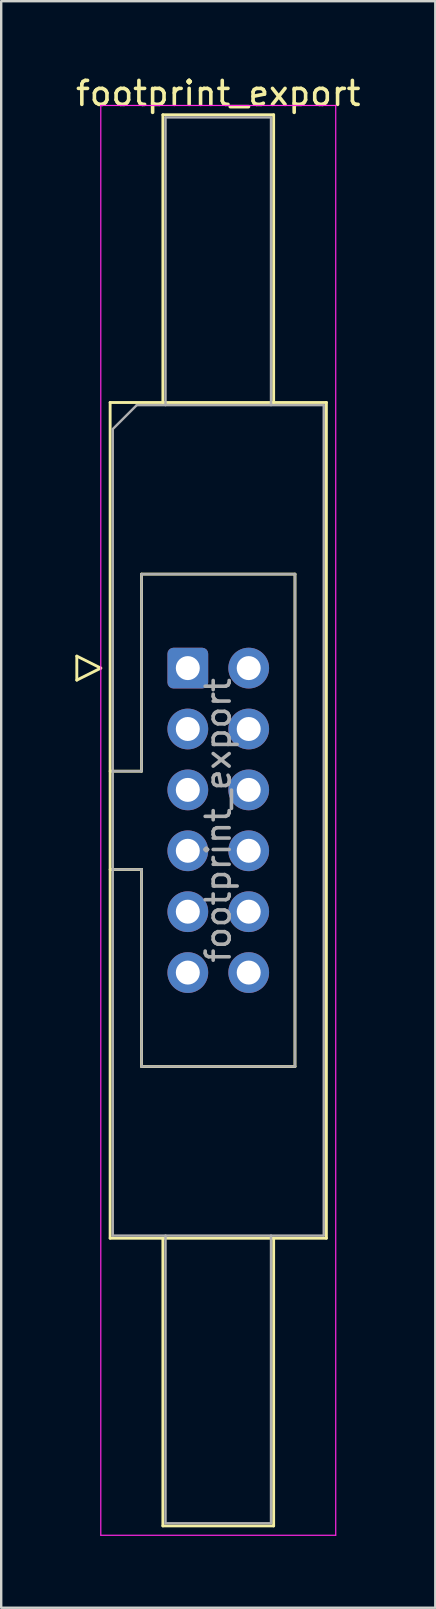
<source format=kicad_pcb>
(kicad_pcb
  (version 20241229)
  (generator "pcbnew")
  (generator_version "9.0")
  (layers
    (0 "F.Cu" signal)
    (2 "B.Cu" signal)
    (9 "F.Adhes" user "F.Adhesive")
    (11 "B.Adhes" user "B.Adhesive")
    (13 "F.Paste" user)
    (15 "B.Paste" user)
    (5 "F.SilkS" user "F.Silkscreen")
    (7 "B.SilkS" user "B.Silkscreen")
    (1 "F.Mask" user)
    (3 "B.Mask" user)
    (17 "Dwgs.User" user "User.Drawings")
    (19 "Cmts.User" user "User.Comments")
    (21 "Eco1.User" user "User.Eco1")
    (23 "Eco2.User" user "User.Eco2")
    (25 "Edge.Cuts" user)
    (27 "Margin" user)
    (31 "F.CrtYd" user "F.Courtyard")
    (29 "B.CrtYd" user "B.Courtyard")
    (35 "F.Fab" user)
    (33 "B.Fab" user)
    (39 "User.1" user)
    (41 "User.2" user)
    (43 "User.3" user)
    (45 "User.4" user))
  (footprint "footprint_export"
    (layer "F.Cu")
    (at 4.784 24.818)
    (property "Reference" "footprint_export" (at 1.27 -23.97 0) (layer "F.SilkS") (effects (font (size 1 1) (thickness 0.15))))
    (attr through_hole)
    (fp_line (start -4.63 -0.5) (end -4.63 0.5) (stroke (width 0.12) (type solid)) (layer "F.SilkS"))
    (fp_line (start -4.63 0.5) (end -3.63 0) (stroke (width 0.12) (type solid)) (layer "F.SilkS"))
    (fp_line (start -3.63 0) (end -4.63 -0.5) (stroke (width 0.12) (type solid)) (layer "F.SilkS"))
    (fp_line (start -3.24 -11.08) (end 5.78 -11.08) (stroke (width 0.12) (type solid)) (layer "F.SilkS"))
    (fp_line (start -3.24 4.3) (end -1.93 4.3) (stroke (width 0.12) (type solid)) (layer "F.SilkS"))
    (fp_line (start -3.24 23.78) (end -3.24 -11.08) (stroke (width 0.12) (type solid)) (layer "F.SilkS"))
    (fp_line (start -1.93 -3.92) (end 4.47 -3.92) (stroke (width 0.12) (type solid)) (layer "F.SilkS"))
    (fp_line (start -1.93 4.3) (end -1.93 -3.92) (stroke (width 0.12) (type solid)) (layer "F.SilkS"))
    (fp_line (start -1.93 8.4) (end -3.24 8.4) (stroke (width 0.12) (type solid)) (layer "F.SilkS"))
    (fp_line (start -1.93 8.4) (end -1.93 8.4) (stroke (width 0.12) (type solid)) (layer "F.SilkS"))
    (fp_line (start -1.93 16.62) (end -1.93 8.4) (stroke (width 0.12) (type solid)) (layer "F.SilkS"))
    (fp_line (start -1.04 -23.08) (end 3.58 -23.08) (stroke (width 0.12) (type solid)) (layer "F.SilkS"))
    (fp_line (start -1.04 -11.08) (end -1.04 -23.08) (stroke (width 0.12) (type solid)) (layer "F.SilkS"))
    (fp_line (start -1.04 23.78) (end -1.04 35.78) (stroke (width 0.12) (type solid)) (layer "F.SilkS"))
    (fp_line (start -1.04 35.78) (end 3.58 35.78) (stroke (width 0.12) (type solid)) (layer "F.SilkS"))
    (fp_line (start 3.58 -23.08) (end 3.58 -11.08) (stroke (width 0.12) (type solid)) (layer "F.SilkS"))
    (fp_line (start 3.58 35.78) (end 3.58 23.78) (stroke (width 0.12) (type solid)) (layer "F.SilkS"))
    (fp_line (start 4.47 -3.92) (end 4.47 16.62) (stroke (width 0.12) (type solid)) (layer "F.SilkS"))
    (fp_line (start 4.47 16.62) (end -1.93 16.62) (stroke (width 0.12) (type solid)) (layer "F.SilkS"))
    (fp_line (start 5.78 -11.08) (end 5.78 23.78) (stroke (width 0.12) (type solid)) (layer "F.SilkS"))
    (fp_line (start 5.78 23.78) (end -3.24 23.78) (stroke (width 0.12) (type solid)) (layer "F.SilkS"))
    (fp_line (start -3.63 -23.47) (end -3.63 36.17) (stroke (width 0.05) (type solid)) (layer "F.CrtYd"))
    (fp_line (start -3.63 36.17) (end 6.17 36.17) (stroke (width 0.05) (type solid)) (layer "F.CrtYd"))
    (fp_line (start 6.17 -23.47) (end -3.63 -23.47) (stroke (width 0.05) (type solid)) (layer "F.CrtYd"))
    (fp_line (start 6.17 36.17) (end 6.17 -23.47) (stroke (width 0.05) (type solid)) (layer "F.CrtYd"))
    (fp_line (start -3.13 -9.97) (end -2.13 -10.97) (stroke (width 0.1) (type solid)) (layer "F.Fab"))
    (fp_line (start -3.13 4.3) (end -1.93 4.3) (stroke (width 0.1) (type solid)) (layer "F.Fab"))
    (fp_line (start -3.13 23.67) (end -3.13 -9.97) (stroke (width 0.1) (type solid)) (layer "F.Fab"))
    (fp_line (start -2.13 -10.97) (end 5.67 -10.97) (stroke (width 0.1) (type solid)) (layer "F.Fab"))
    (fp_line (start -1.93 -3.92) (end 4.47 -3.92) (stroke (width 0.1) (type solid)) (layer "F.Fab"))
    (fp_line (start -1.93 4.3) (end -1.93 -3.92) (stroke (width 0.1) (type solid)) (layer "F.Fab"))
    (fp_line (start -1.93 8.4) (end -3.13 8.4) (stroke (width 0.1) (type solid)) (layer "F.Fab"))
    (fp_line (start -1.93 8.4) (end -1.93 8.4) (stroke (width 0.1) (type solid)) (layer "F.Fab"))
    (fp_line (start -1.93 16.62) (end -1.93 8.4) (stroke (width 0.1) (type solid)) (layer "F.Fab"))
    (fp_line (start -0.93 -22.97) (end 3.47 -22.97) (stroke (width 0.1) (type solid)) (layer "F.Fab"))
    (fp_line (start -0.93 -10.97) (end -0.93 -22.97) (stroke (width 0.1) (type solid)) (layer "F.Fab"))
    (fp_line (start -0.93 23.67) (end -0.93 35.67) (stroke (width 0.1) (type solid)) (layer "F.Fab"))
    (fp_line (start -0.93 35.67) (end 3.47 35.67) (stroke (width 0.1) (type solid)) (layer "F.Fab"))
    (fp_line (start 3.47 -22.97) (end 3.47 -10.97) (stroke (width 0.1) (type solid)) (layer "F.Fab"))
    (fp_line (start 3.47 35.67) (end 3.47 23.67) (stroke (width 0.1) (type solid)) (layer "F.Fab"))
    (fp_line (start 4.47 -3.92) (end 4.47 16.62) (stroke (width 0.1) (type solid)) (layer "F.Fab"))
    (fp_line (start 4.47 16.62) (end -1.93 16.62) (stroke (width 0.1) (type solid)) (layer "F.Fab"))
    (fp_line (start 5.67 -10.97) (end 5.67 23.67) (stroke (width 0.1) (type solid)) (layer "F.Fab"))
    (fp_line (start 5.67 23.67) (end -3.13 23.67) (stroke (width 0.1) (type solid)) (layer "F.Fab"))
    (fp_text user "${REFERENCE}" (at 1.27 6.35 90) (layer "F.Fab") (effects (font (size 1 1) (thickness 0.15))))
    (pad "1" thru_hole roundrect (at 0 0) (size 1.7 1.7) (drill 1) (layers "*.Cu" "*.Mask") (roundrect_rratio 0.147))
    (pad "2" thru_hole circle (at 2.54 0) (size 1.7 1.7) (drill 1) (layers "*.Cu" "*.Mask"))
    (pad "3" thru_hole circle (at 0 2.54) (size 1.7 1.7) (drill 1) (layers "*.Cu" "*.Mask"))
    (pad "4" thru_hole circle (at 2.54 2.54) (size 1.7 1.7) (drill 1) (layers "*.Cu" "*.Mask"))
    (pad "5" thru_hole circle (at 0 5.08) (size 1.7 1.7) (drill 1) (layers "*.Cu" "*.Mask"))
    (pad "6" thru_hole circle (at 2.54 5.08) (size 1.7 1.7) (drill 1) (layers "*.Cu" "*.Mask"))
    (pad "7" thru_hole circle (at 0 7.62) (size 1.7 1.7) (drill 1) (layers "*.Cu" "*.Mask"))
    (pad "8" thru_hole circle (at 2.54 7.62) (size 1.7 1.7) (drill 1) (layers "*.Cu" "*.Mask"))
    (pad "9" thru_hole circle (at 0 10.16) (size 1.7 1.7) (drill 1) (layers "*.Cu" "*.Mask"))
    (pad "10" thru_hole circle (at 2.54 10.16) (size 1.7 1.7) (drill 1) (layers "*.Cu" "*.Mask"))
    (pad "11" thru_hole circle (at 0 12.7) (size 1.7 1.7) (drill 1) (layers "*.Cu" "*.Mask"))
    (pad "12" thru_hole circle (at 2.54 12.7) (size 1.7 1.7) (drill 1) (layers "*.Cu" "*.Mask")))
  (gr_rect
    (start -3 -3)
    (end 15.107 64.013)
    (stroke (width 0.1) (type default))
    (fill no)
    (layer "Edge.Cuts")))
</source>
